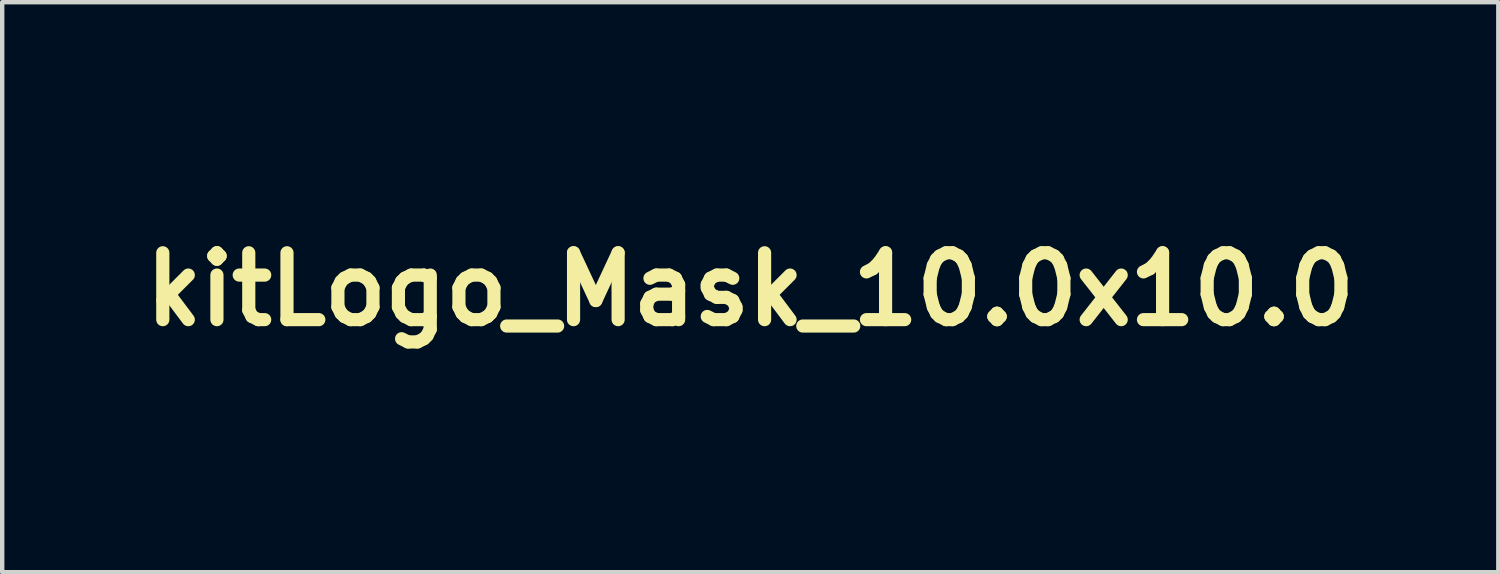
<source format=kicad_pcb>
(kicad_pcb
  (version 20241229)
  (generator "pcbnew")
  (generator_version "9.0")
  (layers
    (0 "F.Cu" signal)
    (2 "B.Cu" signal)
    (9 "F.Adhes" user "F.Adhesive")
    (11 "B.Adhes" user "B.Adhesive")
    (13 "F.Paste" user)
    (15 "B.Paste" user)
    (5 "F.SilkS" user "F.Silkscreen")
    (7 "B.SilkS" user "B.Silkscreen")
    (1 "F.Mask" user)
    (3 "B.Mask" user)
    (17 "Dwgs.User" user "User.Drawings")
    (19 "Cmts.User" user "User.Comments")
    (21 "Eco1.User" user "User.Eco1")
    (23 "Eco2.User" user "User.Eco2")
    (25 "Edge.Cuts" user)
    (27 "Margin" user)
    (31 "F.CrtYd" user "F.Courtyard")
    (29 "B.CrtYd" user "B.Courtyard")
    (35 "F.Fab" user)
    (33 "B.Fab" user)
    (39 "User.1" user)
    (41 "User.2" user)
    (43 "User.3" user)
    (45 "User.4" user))
  (footprint "kitLogo_Mask_10.0x10.0"
    (layer "F.Cu")
    (at 14.05 3.546)
    (property "Reference" "kitLogo_Mask_10.0x10.0" (at 0 0 0) (layer "F.SilkS") (effects (font (size 1.524 1.524) (thickness 0.3))))
    (attr through_hole)
    (fp_poly (pts (xy -1.342 3.194) (xy -1.338 3.441) (xy -1.79 3.441) (xy -1.786 3.194) (xy -1.783 2.947) (xy -1.345 2.947) (xy -1.342 3.194)) (stroke (width 0.01) (type solid)) (fill yes) (layer "F.Mask"))
    (fp_poly (pts (xy 3.328 3.15) (xy 3.328 3.222) (xy 3.326 3.288) (xy 3.324 3.344) (xy 3.322 3.383) (xy 3.32 3.394) (xy 3.312 3.441) (xy 2.89 3.441) (xy 2.89 2.953) (xy 3.328 2.953) (xy 3.328 3.15)) (stroke (width 0.01) (type solid)) (fill yes) (layer "F.Mask"))
    (fp_poly (pts (xy 1.001 3.441) (xy 0.775 3.441) (xy 0.69 3.44) (xy 0.627 3.439) (xy 0.584 3.436) (xy 0.557 3.432) (xy 0.545 3.427) (xy 0.544 3.425) (xy 0.542 3.408) (xy 0.541 3.37) (xy 0.54 3.315) (xy 0.54 3.249) (xy 0.541 3.184) (xy 0.544 2.959) (xy 0.773 2.956) (xy 1.001 2.952) (xy 1.001 3.441)) (stroke (width 0.01) (type solid)) (fill yes) (layer "F.Mask"))
    (fp_poly (pts (xy 1.943 0.954) (xy 3.109 0.957) (xy 3.109 1.42) (xy 2.643 1.423) (xy 2.177 1.427) (xy 2.177 2.419) (xy 2.177 2.61) (xy 2.177 2.778) (xy 2.176 2.924) (xy 2.176 3.048) (xy 2.175 3.152) (xy 2.173 3.237) (xy 2.172 3.305) (xy 2.17 3.356) (xy 2.168 3.393) (xy 2.165 3.415) (xy 2.162 3.425) (xy 2.162 3.426) (xy 2.145 3.432) (xy 2.108 3.437) (xy 2.049 3.44) (xy 1.968 3.441) (xy 1.944 3.441) (xy 1.868 3.441) (xy 1.813 3.44) (xy 1.775 3.438) (xy 1.752 3.434) (xy 1.738 3.429) (xy 1.73 3.421) (xy 1.727 3.417) (xy 1.724 3.399) (xy 1.722 3.356) (xy 1.72 3.288) (xy 1.718 3.195) (xy 1.717 3.077) (xy 1.715 2.935) (xy 1.715 2.768) (xy 1.714 2.576) (xy 1.714 2.409) (xy 1.714 1.426) (xy 1.263 1.426) (xy 1.141 1.426) (xy 1.042 1.426) (xy 0.964 1.425) (xy 0.904 1.423) (xy 0.859 1.421) (xy 0.828 1.419) (xy 0.808 1.415) (xy 0.796 1.411) (xy 0.794 1.409) (xy 0.787 1.397) (xy 0.782 1.374) (xy 0.779 1.338) (xy 0.777 1.285) (xy 0.776 1.212) (xy 0.776 1.171) (xy 0.776 0.951) (xy 1.943 0.954)) (stroke (width 0.01) (type solid)) (fill yes) (layer "F.Mask"))
    (fp_poly (pts (xy -1.198 -3.541) (xy -1.016 -3.541) (xy -0.842 -3.54) (xy -0.679 -3.54) (xy -0.528 -3.539) (xy -0.39 -3.538) (xy -0.268 -3.537) (xy -0.162 -3.535) (xy -0.075 -3.534) (xy -0.009 -3.532) (xy 0.036 -3.531) (xy 0.056 -3.529) (xy 0.109 -3.521) (xy 0.162 -3.513) (xy 0.188 -3.509) (xy 0.254 -3.496) (xy 0.333 -3.472) (xy 0.416 -3.443) (xy 0.493 -3.411) (xy 0.546 -3.384) (xy 0.651 -3.312) (xy 0.742 -3.221) (xy 0.816 -3.114) (xy 0.872 -2.995) (xy 0.906 -2.867) (xy 0.908 -2.856) (xy 0.915 -2.815) (xy -1.794 -2.809) (xy -1.847 -2.653) (xy -1.863 -2.603) (xy -1.887 -2.533) (xy -1.916 -2.449) (xy -1.949 -2.352) (xy -1.984 -2.249) (xy -2.02 -2.142) (xy -2.045 -2.071) (xy -2.078 -1.973) (xy -2.109 -1.883) (xy -2.136 -1.803) (xy -2.158 -1.737) (xy -2.175 -1.686) (xy -2.186 -1.653) (xy -2.19 -1.642) (xy -2.177 -1.642) (xy -2.141 -1.642) (xy -2.082 -1.641) (xy -2.001 -1.641) (xy -1.9 -1.641) (xy -1.779 -1.64) (xy -1.639 -1.64) (xy -1.482 -1.64) (xy -1.309 -1.639) (xy -1.121 -1.639) (xy -0.918 -1.638) (xy -0.703 -1.638) (xy -0.476 -1.638) (xy -0.238 -1.637) (xy 0.01 -1.637) (xy 0.267 -1.637) (xy 0.531 -1.636) (xy 0.744 -1.636) (xy 1.014 -1.636) (xy 1.276 -1.636) (xy 1.531 -1.635) (xy 1.777 -1.635) (xy 2.013 -1.635) (xy 2.238 -1.635) (xy 2.45 -1.636) (xy 2.65 -1.636) (xy 2.835 -1.636) (xy 3.005 -1.636) (xy 3.158 -1.637) (xy 3.294 -1.637) (xy 3.411 -1.638) (xy 3.509 -1.638) (xy 3.585 -1.639) (xy 3.639 -1.639) (xy 3.671 -1.64) (xy 3.679 -1.64) (xy 3.669 -1.652) (xy 3.641 -1.677) (xy 3.598 -1.713) (xy 3.54 -1.76) (xy 3.472 -1.814) (xy 3.393 -1.876) (xy 3.308 -1.942) (xy 3.217 -2.011) (xy 3.124 -2.082) (xy 3.029 -2.153) (xy 2.937 -2.223) (xy 2.847 -2.289) (xy 2.763 -2.35) (xy 2.687 -2.405) (xy 2.621 -2.451) (xy 2.615 -2.456) (xy 2.527 -2.516) (xy 2.425 -2.583) (xy 2.315 -2.654) (xy 2.203 -2.725) (xy 2.093 -2.794) (xy 1.99 -2.857) (xy 1.901 -2.91) (xy 1.871 -2.928) (xy 1.802 -2.966) (xy 1.721 -3.009) (xy 1.632 -3.056) (xy 1.541 -3.103) (xy 1.451 -3.147) (xy 1.368 -3.188) (xy 1.297 -3.221) (xy 1.243 -3.245) (xy 1.239 -3.246) (xy 1.194 -3.265) (xy 1.155 -3.281) (xy 1.132 -3.291) (xy 1.071 -3.318) (xy 0.994 -3.346) (xy 0.907 -3.376) (xy 0.812 -3.406) (xy 0.716 -3.435) (xy 0.621 -3.461) (xy 0.533 -3.484) (xy 0.455 -3.501) (xy 0.393 -3.512) (xy 0.352 -3.516) (xy 0.325 -3.52) (xy 0.313 -3.528) (xy 0.313 -3.529) (xy 0.325 -3.531) (xy 0.36 -3.533) (xy 0.417 -3.535) (xy 0.493 -3.536) (xy 0.587 -3.537) (xy 0.696 -3.538) (xy 0.819 -3.539) (xy 0.954 -3.539) (xy 1.099 -3.54) (xy 1.253 -3.54) (xy 1.412 -3.539) (xy 1.577 -3.539) (xy 1.744 -3.538) (xy 1.911 -3.538) (xy 2.078 -3.537) (xy 2.241 -3.536) (xy 2.4 -3.534) (xy 2.552 -3.533) (xy 2.695 -3.531) (xy 2.828 -3.53) (xy 2.948 -3.528) (xy 3.055 -3.526) (xy 3.145 -3.524) (xy 3.217 -3.522) (xy 3.27 -3.52) (xy 3.301 -3.517) (xy 3.303 -3.517) (xy 3.457 -3.488) (xy 3.604 -3.449) (xy 3.741 -3.401) (xy 3.864 -3.347) (xy 3.969 -3.286) (xy 4.044 -3.228) (xy 4.13 -3.135) (xy 4.201 -3.024) (xy 4.253 -2.9) (xy 4.286 -2.767) (xy 4.288 -2.749) (xy 4.293 -2.699) (xy 4.296 -2.634) (xy 4.296 -2.562) (xy 4.296 -2.49) (xy 4.293 -2.428) (xy 4.288 -2.384) (xy 4.253 -2.215) (xy 4.202 -2.043) (xy 4.137 -1.874) (xy 4.061 -1.712) (xy 3.975 -1.561) (xy 3.882 -1.427) (xy 3.804 -1.335) (xy 3.696 -1.232) (xy 3.568 -1.136) (xy 3.418 -1.043) (xy 3.328 -0.995) (xy 3.206 -0.936) (xy 3.092 -0.888) (xy 2.978 -0.848) (xy 2.858 -0.815) (xy 2.724 -0.786) (xy 2.62 -0.767) (xy 2.587 -0.762) (xy 2.548 -0.758) (xy 2.502 -0.754) (xy 2.446 -0.751) (xy 2.379 -0.748) (xy 2.296 -0.746) (xy 2.197 -0.744) (xy 2.079 -0.742) (xy 1.94 -0.74) (xy 1.847 -0.739) (xy 1.197 -0.732) (xy 1.132 -0.488) (xy 1.106 -0.39) (xy 1.076 -0.278) (xy 1.044 -0.156) (xy 1.01 -0.028) (xy 0.976 0.104) (xy 0.941 0.235) (xy 0.908 0.362) (xy 0.877 0.481) (xy 0.849 0.589) (xy 0.825 0.681) (xy 0.806 0.755) (xy 0.799 0.785) (xy 0.757 0.951) (xy 0.332 0.951) (xy -0.094 0.951) (xy -0.094 3.435) (xy -0.532 3.435) (xy -0.532 0.951) (xy -0.733 0.951) (xy -0.935 0.951) (xy -0.943 0.816) (xy -0.945 0.774) (xy -0.947 0.71) (xy -0.949 0.629) (xy -0.951 0.533) (xy -0.953 0.426) (xy -0.956 0.312) (xy -0.957 0.194) (xy -0.958 0.156) (xy -0.96 0.016) (xy -0.962 -0.101) (xy -0.965 -0.199) (xy -0.968 -0.279) (xy -0.972 -0.345) (xy -0.978 -0.398) (xy -0.984 -0.442) (xy -0.993 -0.479) (xy -1.003 -0.511) (xy -1.016 -0.542) (xy -1.031 -0.573) (xy -1.032 -0.576) (xy -1.089 -0.664) (xy -1.163 -0.735) (xy -1.241 -0.783) (xy -1.281 -0.802) (xy -1.318 -0.818) (xy -1.356 -0.831) (xy -1.399 -0.841) (xy -1.447 -0.849) (xy -1.505 -0.855) (xy -1.575 -0.859) (xy -1.66 -0.861) (xy -1.763 -0.863) (xy -1.885 -0.863) (xy -1.978 -0.863) (xy -2.454 -0.863) (xy -2.471 -0.823) (xy -2.479 -0.8) (xy -2.494 -0.757) (xy -2.515 -0.698) (xy -2.54 -0.626) (xy -2.568 -0.545) (xy -2.594 -0.469) (xy -2.627 -0.373) (xy -2.666 -0.26) (xy -2.708 -0.136) (xy -2.752 -0.009) (xy -2.794 0.115) (xy -2.833 0.229) (xy -2.834 0.231) (xy -2.885 0.38) (xy -2.929 0.507) (xy -2.965 0.614) (xy -2.996 0.702) (xy -3.02 0.773) (xy -3.039 0.83) (xy -3.054 0.873) (xy -3.064 0.904) (xy -3.071 0.925) (xy -3.076 0.938) (xy -3.078 0.945) (xy -3.078 0.947) (xy -3.09 0.948) (xy -3.122 0.949) (xy -3.172 0.95) (xy -3.233 0.951) (xy -3.273 0.951) (xy -3.347 0.951) (xy -3.4 0.952) (xy -3.434 0.954) (xy -3.454 0.958) (xy -3.461 0.963) (xy -3.461 0.97) (xy -3.461 0.971) (xy -3.459 0.987) (xy -3.458 1.026) (xy -3.456 1.084) (xy -3.455 1.159) (xy -3.454 1.248) (xy -3.454 1.349) (xy -3.453 1.458) (xy -3.453 1.506) (xy -3.453 2.021) (xy -3.281 1.846) (xy -3.231 1.794) (xy -3.167 1.729) (xy -3.092 1.652) (xy -3.01 1.569) (xy -2.924 1.481) (xy -2.838 1.393) (xy -2.775 1.328) (xy -2.699 1.251) (xy -2.628 1.178) (xy -2.562 1.114) (xy -2.506 1.058) (xy -2.46 1.014) (xy -2.427 0.984) (xy -2.409 0.969) (xy -2.408 0.968) (xy -2.385 0.963) (xy -2.344 0.958) (xy -2.288 0.954) (xy -2.223 0.952) (xy -2.151 0.95) (xy -2.077 0.95) (xy -2.005 0.95) (xy -1.941 0.952) (xy -1.887 0.955) (xy -1.848 0.958) (xy -1.828 0.963) (xy -1.827 0.966) (xy -1.835 0.977) (xy -1.86 1.004) (xy -1.9 1.045) (xy -1.953 1.1) (xy -2.018 1.165) (xy -2.092 1.24) (xy -2.175 1.323) (xy -2.265 1.412) (xy -2.349 1.496) (xy -2.459 1.604) (xy -2.552 1.696) (xy -2.629 1.773) (xy -2.693 1.836) (xy -2.744 1.888) (xy -2.783 1.929) (xy -2.813 1.96) (xy -2.833 1.984) (xy -2.846 2.001) (xy -2.853 2.014) (xy -2.854 2.022) (xy -2.852 2.028) (xy -2.847 2.033) (xy -2.845 2.035) (xy -2.828 2.054) (xy -2.8 2.089) (xy -2.765 2.134) (xy -2.734 2.177) (xy -2.688 2.24) (xy -2.637 2.311) (xy -2.587 2.378) (xy -2.565 2.409) (xy -2.524 2.464) (xy -2.475 2.531) (xy -2.424 2.601) (xy -2.377 2.665) (xy -2.332 2.728) (xy -2.284 2.793) (xy -2.24 2.854) (xy -2.204 2.902) (xy -2.203 2.904) (xy -2.169 2.95) (xy -2.126 3.009) (xy -2.078 3.075) (xy -2.031 3.14) (xy -2.021 3.154) (xy -1.978 3.213) (xy -1.936 3.269) (xy -1.9 3.318) (xy -1.874 3.354) (xy -1.867 3.363) (xy -1.846 3.395) (xy -1.834 3.42) (xy -1.833 3.429) (xy -1.848 3.434) (xy -1.884 3.437) (xy -1.935 3.439) (xy -1.997 3.441) (xy -2.067 3.441) (xy -2.138 3.44) (xy -2.207 3.439) (xy -2.269 3.436) (xy -2.319 3.433) (xy -2.353 3.429) (xy -2.366 3.425) (xy -2.381 3.409) (xy -2.407 3.377) (xy -2.439 3.336) (xy -2.459 3.31) (xy -2.5 3.253) (xy -2.546 3.191) (xy -2.587 3.135) (xy -2.597 3.122) (xy -2.624 3.085) (xy -2.662 3.032) (xy -2.709 2.968) (xy -2.76 2.898) (xy -2.812 2.826) (xy -2.823 2.811) (xy -2.907 2.694) (xy -2.978 2.596) (xy -3.036 2.516) (xy -3.083 2.452) (xy -3.118 2.403) (xy -3.144 2.368) (xy -3.16 2.347) (xy -3.186 2.312) (xy -3.466 2.58) (xy -3.466 3.428) (xy -3.916 3.428) (xy -3.916 0.968) (xy -3.615 0.074) (xy -3.563 -0.078) (xy -3.512 -0.231) (xy -3.462 -0.38) (xy -3.413 -0.524) (xy -3.367 -0.66) (xy -3.325 -0.785) (xy -3.287 -0.896) (xy -3.255 -0.99) (xy -3.23 -1.066) (xy -3.228 -1.073) (xy -0.299 -1.073) (xy -0.248 -0.997) (xy -0.217 -0.948) (xy -0.185 -0.887) (xy -0.157 -0.826) (xy -0.154 -0.818) (xy -0.138 -0.778) (xy -0.124 -0.74) (xy -0.113 -0.704) (xy -0.103 -0.666) (xy -0.095 -0.624) (xy -0.088 -0.577) (xy -0.083 -0.52) (xy -0.08 -0.454) (xy -0.077 -0.374) (xy -0.075 -0.279) (xy -0.073 -0.168) (xy -0.072 -0.036) (xy -0.072 0.117) (xy -0.071 0.191) (xy -0.071 0.321) (xy -0.07 0.444) (xy -0.069 0.557) (xy -0.068 0.658) (xy -0.067 0.744) (xy -0.066 0.814) (xy -0.065 0.864) (xy -0.063 0.894) (xy -0.062 0.901) (xy -0.057 0.89) (xy -0.047 0.859) (xy -0.036 0.815) (xy -0.028 0.785) (xy -0.015 0.732) (xy 0.002 0.663) (xy 0.022 0.583) (xy 0.043 0.502) (xy 0.055 0.457) (xy 0.077 0.373) (xy 0.1 0.283) (xy 0.122 0.197) (xy 0.142 0.123) (xy 0.149 0.094) (xy 0.189 -0.059) (xy 0.234 -0.228) (xy 0.281 -0.405) (xy 0.325 -0.569) (xy 0.342 -0.632) (xy 0.364 -0.713) (xy 0.389 -0.807) (xy 0.415 -0.906) (xy 0.442 -1.007) (xy 0.457 -1.064) (xy 0.481 -1.156) (xy 0.505 -1.246) (xy 0.527 -1.33) (xy 0.547 -1.403) (xy 0.562 -1.46) (xy 0.57 -1.489) (xy 0.583 -1.536) (xy 0.592 -1.573) (xy 0.596 -1.595) (xy 0.596 -1.597) (xy 0.588 -1.589) (xy 0.568 -1.566) (xy 0.54 -1.531) (xy 0.525 -1.512) (xy 0.411 -1.383) (xy 0.286 -1.276) (xy 0.15 -1.192) (xy 0.006 -1.13) (xy -0.147 -1.091) (xy -0.218 -1.081) (xy -0.299 -1.073) (xy -3.228 -1.073) (xy -3.216 -1.107) (xy -3.147 -1.31) (xy -3.082 -1.501) (xy -3.022 -1.678) (xy -2.967 -1.839) (xy -2.918 -1.982) (xy -2.876 -2.106) (xy -2.841 -2.208) (xy -2.836 -2.221) (xy -2.817 -2.276) (xy -2.791 -2.352) (xy -2.76 -2.444) (xy -2.724 -2.548) (xy -2.686 -2.661) (xy -2.646 -2.78) (xy -2.605 -2.899) (xy -2.586 -2.955) (xy -2.548 -3.066) (xy -2.512 -3.17) (xy -2.48 -3.265) (xy -2.45 -3.349) (xy -2.426 -3.418) (xy -2.407 -3.471) (xy -2.395 -3.504) (xy -2.391 -3.515) (xy -2.376 -3.541) (xy -1.198 -3.541)) (stroke (width 0.01) (type solid)) (fill yes) (layer "F.Mask")))
  (gr_rect
    (start -3 -3)
    (end 31.1 9.992)
    (stroke (width 0.1) (type default))
    (fill no)
    (layer "Edge.Cuts")))
</source>
